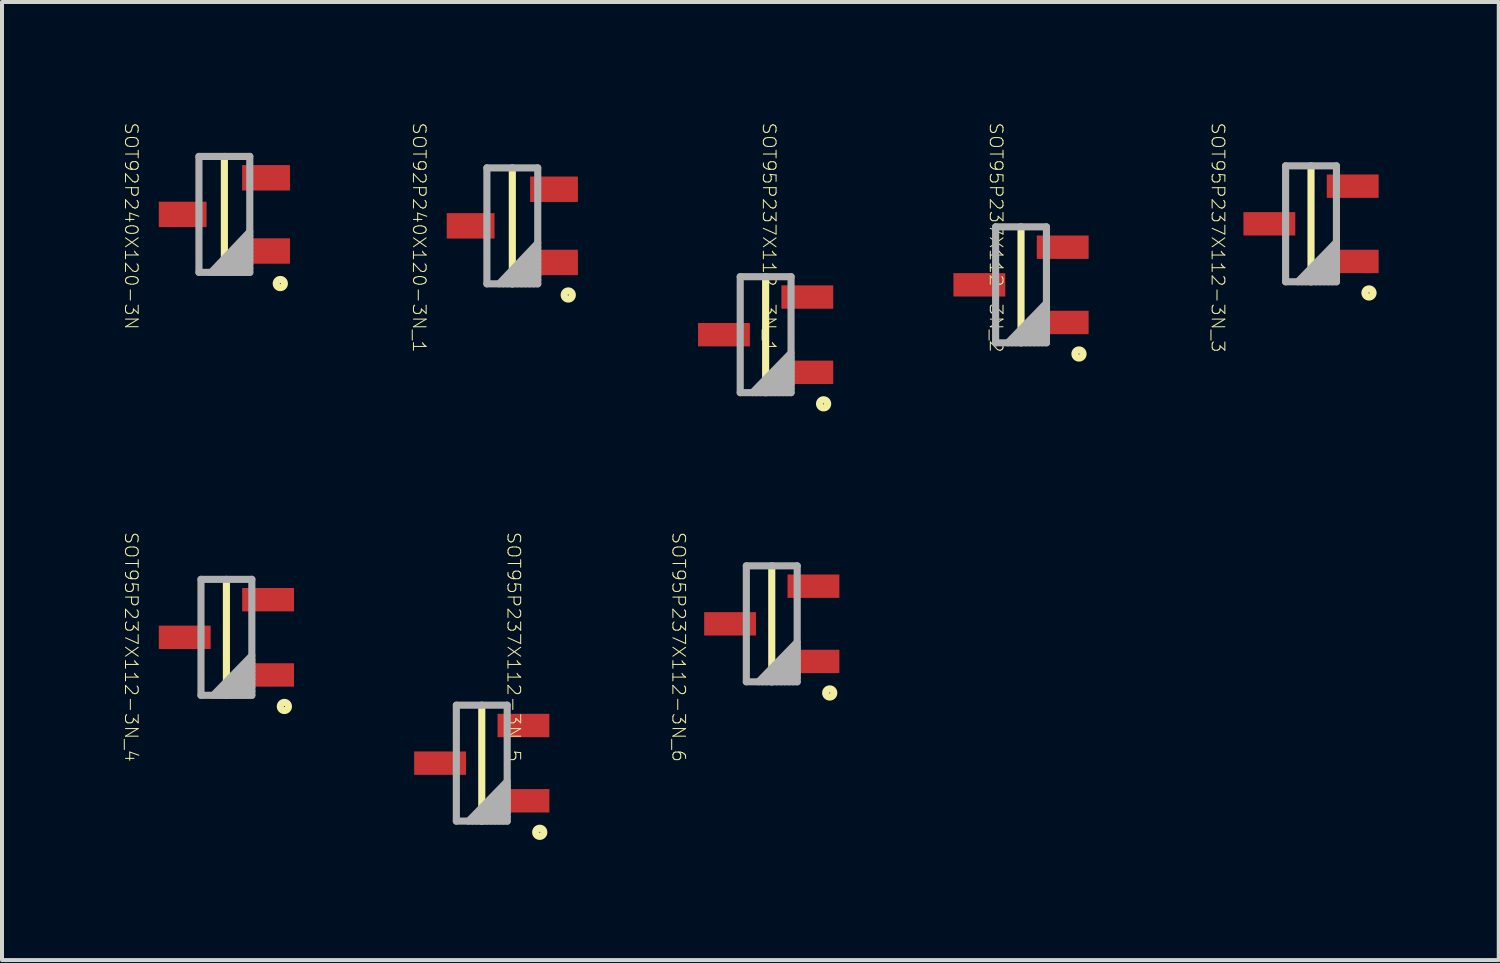
<source format=kicad_pcb>
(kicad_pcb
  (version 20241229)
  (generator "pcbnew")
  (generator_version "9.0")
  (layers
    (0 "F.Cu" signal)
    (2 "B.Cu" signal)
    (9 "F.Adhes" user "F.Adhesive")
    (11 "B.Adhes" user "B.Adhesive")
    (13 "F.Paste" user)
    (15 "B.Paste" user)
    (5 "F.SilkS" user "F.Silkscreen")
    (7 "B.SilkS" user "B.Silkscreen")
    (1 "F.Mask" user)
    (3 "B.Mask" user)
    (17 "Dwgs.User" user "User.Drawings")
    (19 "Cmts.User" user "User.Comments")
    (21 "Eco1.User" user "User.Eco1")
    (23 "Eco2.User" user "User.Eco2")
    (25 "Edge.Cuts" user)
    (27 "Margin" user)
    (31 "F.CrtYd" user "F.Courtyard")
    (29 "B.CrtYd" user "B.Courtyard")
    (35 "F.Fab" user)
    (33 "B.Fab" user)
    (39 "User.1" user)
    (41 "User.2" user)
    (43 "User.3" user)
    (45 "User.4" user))
  (footprint "SOT92P240X120-3N"
    (layer "F.Cu")
    (at 2.554 2.305)
    (property "Reference" "SOT92P240X120-3N" (at -2.324 0.292 270) (unlocked yes) (layer "F.SilkS") (effects (font (size 0.317 0.333) (thickness 0.025))))
    (attr smd)
    (fp_line (start 0 -1.448) (end 0 1.448) (stroke (width 0.178) (type solid)) (layer "F.SilkS"))
    (fp_arc (start 1.2954 1.7272) (mid 1.4986 1.7272) (end 1.2954 1.7272) (stroke (width 0.1778) (type solid)) (layer "F.SilkS"))
    (fp_line (start -0.635 -1.448) (end -0.635 1.448) (stroke (width 0.178) (type solid)) (layer "F.Fab"))
    (fp_line (start 0.635 -1.448) (end -0.635 -1.448) (stroke (width 0.178) (type solid)) (layer "F.Fab"))
    (fp_line (start 0.635 -1.448) (end 0.635 1.448) (stroke (width 0.178) (type solid)) (layer "F.Fab"))
    (fp_line (start 0.635 0.432) (end -0.33 1.448) (stroke (width 0.178) (type solid)) (layer "F.Fab"))
    (fp_line (start 0.635 0.533) (end -0.229 1.448) (stroke (width 0.178) (type solid)) (layer "F.Fab"))
    (fp_line (start 0.635 0.635) (end -0.127 1.448) (stroke (width 0.178) (type solid)) (layer "F.Fab"))
    (fp_line (start 0.635 0.737) (end -0.025 1.448) (stroke (width 0.178) (type solid)) (layer "F.Fab"))
    (fp_line (start 0.635 0.838) (end 0.025 1.448) (stroke (width 0.178) (type solid)) (layer "F.Fab"))
    (fp_line (start 0.635 0.94) (end 0.127 1.448) (stroke (width 0.178) (type solid)) (layer "F.Fab"))
    (fp_line (start 0.635 1.041) (end 0.229 1.448) (stroke (width 0.178) (type solid)) (layer "F.Fab"))
    (fp_line (start 0.635 1.143) (end 0.33 1.448) (stroke (width 0.178) (type solid)) (layer "F.Fab"))
    (fp_line (start 0.635 1.245) (end 0.432 1.448) (stroke (width 0.178) (type solid)) (layer "F.Fab"))
    (fp_line (start 0.635 1.346) (end 0.533 1.448) (stroke (width 0.178) (type solid)) (layer "F.Fab"))
    (fp_line (start 0.635 1.448) (end -0.635 1.448) (stroke (width 0.178) (type solid)) (layer "F.Fab"))
    (pad "1" smd rect (at 1.041 0.914) (size 1.194 0.635) (layers "F.Cu" "F.Mask" "F.Paste"))
    (pad "2" smd rect (at 1.041 -0.914) (size 1.194 0.635) (layers "F.Cu" "F.Mask" "F.Paste"))
    (pad "3" smd rect (at -1.041 0) (size 1.194 0.635) (layers "F.Cu" "F.Mask" "F.Paste")))
  (footprint "SOT92P240X120-3N_1"
    (layer "F.Cu")
    (at 9.746 2.591)
    (property "Reference" "SOT92P240X120-3N_1" (at -2.324 0.292 270) (unlocked yes) (layer "F.SilkS") (effects (font (size 0.317 0.333) (thickness 0.025))))
    (attr smd)
    (fp_line (start 0 -1.448) (end 0 1.448) (stroke (width 0.178) (type solid)) (layer "F.SilkS"))
    (fp_arc (start 1.2954 1.7272) (mid 1.4986 1.7272) (end 1.2954 1.7272) (stroke (width 0.1778) (type solid)) (layer "F.SilkS"))
    (fp_line (start -0.635 -1.448) (end -0.635 1.448) (stroke (width 0.178) (type solid)) (layer "F.Fab"))
    (fp_line (start 0.635 -1.448) (end -0.635 -1.448) (stroke (width 0.178) (type solid)) (layer "F.Fab"))
    (fp_line (start 0.635 -1.448) (end 0.635 1.448) (stroke (width 0.178) (type solid)) (layer "F.Fab"))
    (fp_line (start 0.635 0.432) (end -0.33 1.448) (stroke (width 0.178) (type solid)) (layer "F.Fab"))
    (fp_line (start 0.635 0.533) (end -0.229 1.448) (stroke (width 0.178) (type solid)) (layer "F.Fab"))
    (fp_line (start 0.635 0.635) (end -0.127 1.448) (stroke (width 0.178) (type solid)) (layer "F.Fab"))
    (fp_line (start 0.635 0.737) (end -0.025 1.448) (stroke (width 0.178) (type solid)) (layer "F.Fab"))
    (fp_line (start 0.635 0.838) (end 0.025 1.448) (stroke (width 0.178) (type solid)) (layer "F.Fab"))
    (fp_line (start 0.635 0.94) (end 0.127 1.448) (stroke (width 0.178) (type solid)) (layer "F.Fab"))
    (fp_line (start 0.635 1.041) (end 0.229 1.448) (stroke (width 0.178) (type solid)) (layer "F.Fab"))
    (fp_line (start 0.635 1.143) (end 0.33 1.448) (stroke (width 0.178) (type solid)) (layer "F.Fab"))
    (fp_line (start 0.635 1.245) (end 0.432 1.448) (stroke (width 0.178) (type solid)) (layer "F.Fab"))
    (fp_line (start 0.635 1.346) (end 0.533 1.448) (stroke (width 0.178) (type solid)) (layer "F.Fab"))
    (fp_line (start 0.635 1.448) (end -0.635 1.448) (stroke (width 0.178) (type solid)) (layer "F.Fab"))
    (pad "1" smd rect (at 1.041 0.914) (size 1.194 0.635) (layers "F.Cu" "F.Mask" "F.Paste"))
    (pad "2" smd rect (at 1.041 -0.914) (size 1.194 0.635) (layers "F.Cu" "F.Mask" "F.Paste"))
    (pad "3" smd rect (at -1.041 0) (size 1.194 0.635) (layers "F.Cu" "F.Mask" "F.Paste")))
  (footprint "SOT95P237X112-3N_6"
    (layer "F.Cu")
    (at 16.226 12.531)
    (property "Reference" "SOT95P237X112-3N_6" (at -2.324 0.578 270) (unlocked yes) (layer "F.SilkS") (effects (font (size 0.317 0.333) (thickness 0.025))))
    (attr smd)
    (fp_line (start 0 -1.448) (end 0 1.448) (stroke (width 0.178) (type solid)) (layer "F.SilkS"))
    (fp_arc (start 1.3462 1.7272) (mid 1.5494 1.7272) (end 1.3462 1.7272) (stroke (width 0.1778) (type solid)) (layer "F.SilkS"))
    (fp_line (start -0.635 -1.448) (end -0.635 1.448) (stroke (width 0.178) (type solid)) (layer "F.Fab"))
    (fp_line (start 0.635 -1.448) (end -0.635 -1.448) (stroke (width 0.178) (type solid)) (layer "F.Fab"))
    (fp_line (start 0.635 -1.448) (end 0.635 1.448) (stroke (width 0.178) (type solid)) (layer "F.Fab"))
    (fp_line (start 0.635 0.457) (end -0.33 1.448) (stroke (width 0.178) (type solid)) (layer "F.Fab"))
    (fp_line (start 0.635 0.559) (end -0.229 1.448) (stroke (width 0.178) (type solid)) (layer "F.Fab"))
    (fp_line (start 0.635 0.635) (end -0.127 1.448) (stroke (width 0.178) (type solid)) (layer "F.Fab"))
    (fp_line (start 0.635 0.737) (end -0.025 1.448) (stroke (width 0.178) (type solid)) (layer "F.Fab"))
    (fp_line (start 0.635 0.838) (end 0.025 1.448) (stroke (width 0.178) (type solid)) (layer "F.Fab"))
    (fp_line (start 0.635 0.94) (end 0.127 1.448) (stroke (width 0.178) (type solid)) (layer "F.Fab"))
    (fp_line (start 0.635 1.041) (end 0.229 1.448) (stroke (width 0.178) (type solid)) (layer "F.Fab"))
    (fp_line (start 0.635 1.143) (end 0.33 1.448) (stroke (width 0.178) (type solid)) (layer "F.Fab"))
    (fp_line (start 0.635 1.245) (end 0.432 1.448) (stroke (width 0.178) (type solid)) (layer "F.Fab"))
    (fp_line (start 0.635 1.346) (end 0.533 1.448) (stroke (width 0.178) (type solid)) (layer "F.Fab"))
    (fp_line (start 0.635 1.448) (end -0.635 1.448) (stroke (width 0.178) (type solid)) (layer "F.Fab"))
    (pad "1" smd rect (at 1.041 0.94) (size 1.295 0.584) (layers "F.Cu" "F.Mask" "F.Paste"))
    (pad "2" smd rect (at 1.041 -0.94) (size 1.295 0.584) (layers "F.Cu" "F.Mask" "F.Paste"))
    (pad "3" smd rect (at -1.041 0) (size 1.295 0.584) (layers "F.Cu" "F.Mask" "F.Paste")))
  (footprint "SOT95P237X112-3N_3"
    (layer "F.Cu")
    (at 29.695 2.54)
    (property "Reference" "SOT95P237X112-3N_3" (at -2.324 0.343 270) (unlocked yes) (layer "F.SilkS") (effects (font (size 0.317 0.333) (thickness 0.025))))
    (attr smd)
    (fp_line (start 0 -1.448) (end 0 1.448) (stroke (width 0.178) (type solid)) (layer "F.SilkS"))
    (fp_arc (start 1.3462 1.7272) (mid 1.5494 1.7272) (end 1.3462 1.7272) (stroke (width 0.1778) (type solid)) (layer "F.SilkS"))
    (fp_line (start -0.635 -1.448) (end -0.635 1.448) (stroke (width 0.178) (type solid)) (layer "F.Fab"))
    (fp_line (start 0.635 -1.448) (end -0.635 -1.448) (stroke (width 0.178) (type solid)) (layer "F.Fab"))
    (fp_line (start 0.635 -1.448) (end 0.635 1.448) (stroke (width 0.178) (type solid)) (layer "F.Fab"))
    (fp_line (start 0.635 0.457) (end -0.33 1.448) (stroke (width 0.178) (type solid)) (layer "F.Fab"))
    (fp_line (start 0.635 0.559) (end -0.229 1.448) (stroke (width 0.178) (type solid)) (layer "F.Fab"))
    (fp_line (start 0.635 0.635) (end -0.127 1.448) (stroke (width 0.178) (type solid)) (layer "F.Fab"))
    (fp_line (start 0.635 0.737) (end -0.025 1.448) (stroke (width 0.178) (type solid)) (layer "F.Fab"))
    (fp_line (start 0.635 0.838) (end 0.025 1.448) (stroke (width 0.178) (type solid)) (layer "F.Fab"))
    (fp_line (start 0.635 0.94) (end 0.127 1.448) (stroke (width 0.178) (type solid)) (layer "F.Fab"))
    (fp_line (start 0.635 1.041) (end 0.229 1.448) (stroke (width 0.178) (type solid)) (layer "F.Fab"))
    (fp_line (start 0.635 1.143) (end 0.33 1.448) (stroke (width 0.178) (type solid)) (layer "F.Fab"))
    (fp_line (start 0.635 1.245) (end 0.432 1.448) (stroke (width 0.178) (type solid)) (layer "F.Fab"))
    (fp_line (start 0.635 1.346) (end 0.533 1.448) (stroke (width 0.178) (type solid)) (layer "F.Fab"))
    (fp_line (start 0.635 1.448) (end -0.635 1.448) (stroke (width 0.178) (type solid)) (layer "F.Fab"))
    (pad "1" smd rect (at 1.041 0.94) (size 1.295 0.584) (layers "F.Cu" "F.Mask" "F.Paste"))
    (pad "2" smd rect (at 1.041 -0.94) (size 1.295 0.584) (layers "F.Cu" "F.Mask" "F.Paste"))
    (pad "3" smd rect (at -1.041 0) (size 1.295 0.584) (layers "F.Cu" "F.Mask" "F.Paste")))
  (footprint "SOT95P237X112-3N_2"
    (layer "F.Cu")
    (at 22.452 4.064)
    (property "Reference" "SOT95P237X112-3N_2" (at -0.622 -1.181 270) (unlocked yes) (layer "F.SilkS") (effects (font (size 0.317 0.333) (thickness 0.025))))
    (attr smd)
    (fp_line (start 0 -1.448) (end 0 1.448) (stroke (width 0.178) (type solid)) (layer "F.SilkS"))
    (fp_arc (start 1.3462 1.7272) (mid 1.5494 1.7272) (end 1.3462 1.7272) (stroke (width 0.1778) (type solid)) (layer "F.SilkS"))
    (fp_line (start -0.635 -1.448) (end -0.635 1.448) (stroke (width 0.178) (type solid)) (layer "F.Fab"))
    (fp_line (start 0.635 -1.448) (end -0.635 -1.448) (stroke (width 0.178) (type solid)) (layer "F.Fab"))
    (fp_line (start 0.635 -1.448) (end 0.635 1.448) (stroke (width 0.178) (type solid)) (layer "F.Fab"))
    (fp_line (start 0.635 0.457) (end -0.33 1.448) (stroke (width 0.178) (type solid)) (layer "F.Fab"))
    (fp_line (start 0.635 0.559) (end -0.229 1.448) (stroke (width 0.178) (type solid)) (layer "F.Fab"))
    (fp_line (start 0.635 0.635) (end -0.127 1.448) (stroke (width 0.178) (type solid)) (layer "F.Fab"))
    (fp_line (start 0.635 0.737) (end -0.025 1.448) (stroke (width 0.178) (type solid)) (layer "F.Fab"))
    (fp_line (start 0.635 0.838) (end 0.025 1.448) (stroke (width 0.178) (type solid)) (layer "F.Fab"))
    (fp_line (start 0.635 0.94) (end 0.127 1.448) (stroke (width 0.178) (type solid)) (layer "F.Fab"))
    (fp_line (start 0.635 1.041) (end 0.229 1.448) (stroke (width 0.178) (type solid)) (layer "F.Fab"))
    (fp_line (start 0.635 1.143) (end 0.33 1.448) (stroke (width 0.178) (type solid)) (layer "F.Fab"))
    (fp_line (start 0.635 1.245) (end 0.432 1.448) (stroke (width 0.178) (type solid)) (layer "F.Fab"))
    (fp_line (start 0.635 1.346) (end 0.533 1.448) (stroke (width 0.178) (type solid)) (layer "F.Fab"))
    (fp_line (start 0.635 1.448) (end -0.635 1.448) (stroke (width 0.178) (type solid)) (layer "F.Fab"))
    (pad "1" smd rect (at 1.041 0.94) (size 1.295 0.584) (layers "F.Cu" "F.Mask" "F.Paste"))
    (pad "2" smd rect (at 1.041 -0.94) (size 1.295 0.584) (layers "F.Cu" "F.Mask" "F.Paste"))
    (pad "3" smd rect (at -1.041 0) (size 1.295 0.584) (layers "F.Cu" "F.Mask" "F.Paste")))
  (footprint "SOT95P237X112-3N_5"
    (layer "F.Cu")
    (at 8.983 16.011)
    (property "Reference" "SOT95P237X112-3N_5" (at 0.8 -2.902 270) (unlocked yes) (layer "F.SilkS") (effects (font (size 0.317 0.333) (thickness 0.025))))
    (attr smd)
    (fp_line (start 0 -1.448) (end 0 1.448) (stroke (width 0.178) (type solid)) (layer "F.SilkS"))
    (fp_arc (start 1.3462 1.7272) (mid 1.5494 1.7272) (end 1.3462 1.7272) (stroke (width 0.1778) (type solid)) (layer "F.SilkS"))
    (fp_line (start -0.635 -1.448) (end -0.635 1.448) (stroke (width 0.178) (type solid)) (layer "F.Fab"))
    (fp_line (start 0.635 -1.448) (end -0.635 -1.448) (stroke (width 0.178) (type solid)) (layer "F.Fab"))
    (fp_line (start 0.635 -1.448) (end 0.635 1.448) (stroke (width 0.178) (type solid)) (layer "F.Fab"))
    (fp_line (start 0.635 0.457) (end -0.33 1.448) (stroke (width 0.178) (type solid)) (layer "F.Fab"))
    (fp_line (start 0.635 0.559) (end -0.229 1.448) (stroke (width 0.178) (type solid)) (layer "F.Fab"))
    (fp_line (start 0.635 0.635) (end -0.127 1.448) (stroke (width 0.178) (type solid)) (layer "F.Fab"))
    (fp_line (start 0.635 0.737) (end -0.025 1.448) (stroke (width 0.178) (type solid)) (layer "F.Fab"))
    (fp_line (start 0.635 0.838) (end 0.025 1.448) (stroke (width 0.178) (type solid)) (layer "F.Fab"))
    (fp_line (start 0.635 0.94) (end 0.127 1.448) (stroke (width 0.178) (type solid)) (layer "F.Fab"))
    (fp_line (start 0.635 1.041) (end 0.229 1.448) (stroke (width 0.178) (type solid)) (layer "F.Fab"))
    (fp_line (start 0.635 1.143) (end 0.33 1.448) (stroke (width 0.178) (type solid)) (layer "F.Fab"))
    (fp_line (start 0.635 1.245) (end 0.432 1.448) (stroke (width 0.178) (type solid)) (layer "F.Fab"))
    (fp_line (start 0.635 1.346) (end 0.533 1.448) (stroke (width 0.178) (type solid)) (layer "F.Fab"))
    (fp_line (start 0.635 1.448) (end -0.635 1.448) (stroke (width 0.178) (type solid)) (layer "F.Fab"))
    (pad "1" smd rect (at 1.041 0.94) (size 1.295 0.584) (layers "F.Cu" "F.Mask" "F.Paste"))
    (pad "2" smd rect (at 1.041 -0.94) (size 1.295 0.584) (layers "F.Cu" "F.Mask" "F.Paste"))
    (pad "3" smd rect (at -1.041 0) (size 1.295 0.584) (layers "F.Cu" "F.Mask" "F.Paste")))
  (footprint "SOT95P237X112-3N_4"
    (layer "F.Cu")
    (at 2.605 12.868)
    (property "Reference" "SOT95P237X112-3N_4" (at -2.375 0.241 270) (unlocked yes) (layer "F.SilkS") (effects (font (size 0.317 0.333) (thickness 0.025))))
    (attr smd)
    (fp_line (start 0 -1.448) (end 0 1.448) (stroke (width 0.178) (type solid)) (layer "F.SilkS"))
    (fp_arc (start 1.3462 1.7272) (mid 1.5494 1.7272) (end 1.3462 1.7272) (stroke (width 0.1778) (type solid)) (layer "F.SilkS"))
    (fp_line (start -0.635 -1.448) (end -0.635 1.448) (stroke (width 0.178) (type solid)) (layer "F.Fab"))
    (fp_line (start 0.635 -1.448) (end -0.635 -1.448) (stroke (width 0.178) (type solid)) (layer "F.Fab"))
    (fp_line (start 0.635 -1.448) (end 0.635 1.448) (stroke (width 0.178) (type solid)) (layer "F.Fab"))
    (fp_line (start 0.635 0.457) (end -0.33 1.448) (stroke (width 0.178) (type solid)) (layer "F.Fab"))
    (fp_line (start 0.635 0.559) (end -0.229 1.448) (stroke (width 0.178) (type solid)) (layer "F.Fab"))
    (fp_line (start 0.635 0.635) (end -0.127 1.448) (stroke (width 0.178) (type solid)) (layer "F.Fab"))
    (fp_line (start 0.635 0.737) (end -0.025 1.448) (stroke (width 0.178) (type solid)) (layer "F.Fab"))
    (fp_line (start 0.635 0.838) (end 0.025 1.448) (stroke (width 0.178) (type solid)) (layer "F.Fab"))
    (fp_line (start 0.635 0.94) (end 0.127 1.448) (stroke (width 0.178) (type solid)) (layer "F.Fab"))
    (fp_line (start 0.635 1.041) (end 0.229 1.448) (stroke (width 0.178) (type solid)) (layer "F.Fab"))
    (fp_line (start 0.635 1.143) (end 0.33 1.448) (stroke (width 0.178) (type solid)) (layer "F.Fab"))
    (fp_line (start 0.635 1.245) (end 0.432 1.448) (stroke (width 0.178) (type solid)) (layer "F.Fab"))
    (fp_line (start 0.635 1.346) (end 0.533 1.448) (stroke (width 0.178) (type solid)) (layer "F.Fab"))
    (fp_line (start 0.635 1.448) (end -0.635 1.448) (stroke (width 0.178) (type solid)) (layer "F.Fab"))
    (pad "1" smd rect (at 1.041 0.94) (size 1.295 0.584) (layers "F.Cu" "F.Mask" "F.Paste"))
    (pad "2" smd rect (at 1.041 -0.94) (size 1.295 0.584) (layers "F.Cu" "F.Mask" "F.Paste"))
    (pad "3" smd rect (at -1.041 0) (size 1.295 0.584) (layers "F.Cu" "F.Mask" "F.Paste")))
  (footprint "SOT95P237X112-3N_1"
    (layer "F.Cu")
    (at 16.073 5.309)
    (property "Reference" "SOT95P237X112-3N_1" (at 0.089 -2.426 270) (unlocked yes) (layer "F.SilkS") (effects (font (size 0.317 0.333) (thickness 0.025))))
    (attr smd)
    (fp_line (start 0 -1.448) (end 0 1.448) (stroke (width 0.178) (type solid)) (layer "F.SilkS"))
    (fp_arc (start 1.3462 1.7272) (mid 1.5494 1.7272) (end 1.3462 1.7272) (stroke (width 0.1778) (type solid)) (layer "F.SilkS"))
    (fp_line (start -0.635 -1.448) (end -0.635 1.448) (stroke (width 0.178) (type solid)) (layer "F.Fab"))
    (fp_line (start 0.635 -1.448) (end -0.635 -1.448) (stroke (width 0.178) (type solid)) (layer "F.Fab"))
    (fp_line (start 0.635 -1.448) (end 0.635 1.448) (stroke (width 0.178) (type solid)) (layer "F.Fab"))
    (fp_line (start 0.635 0.457) (end -0.33 1.448) (stroke (width 0.178) (type solid)) (layer "F.Fab"))
    (fp_line (start 0.635 0.559) (end -0.229 1.448) (stroke (width 0.178) (type solid)) (layer "F.Fab"))
    (fp_line (start 0.635 0.635) (end -0.127 1.448) (stroke (width 0.178) (type solid)) (layer "F.Fab"))
    (fp_line (start 0.635 0.737) (end -0.025 1.448) (stroke (width 0.178) (type solid)) (layer "F.Fab"))
    (fp_line (start 0.635 0.838) (end 0.025 1.448) (stroke (width 0.178) (type solid)) (layer "F.Fab"))
    (fp_line (start 0.635 0.94) (end 0.127 1.448) (stroke (width 0.178) (type solid)) (layer "F.Fab"))
    (fp_line (start 0.635 1.041) (end 0.229 1.448) (stroke (width 0.178) (type solid)) (layer "F.Fab"))
    (fp_line (start 0.635 1.143) (end 0.33 1.448) (stroke (width 0.178) (type solid)) (layer "F.Fab"))
    (fp_line (start 0.635 1.245) (end 0.432 1.448) (stroke (width 0.178) (type solid)) (layer "F.Fab"))
    (fp_line (start 0.635 1.346) (end 0.533 1.448) (stroke (width 0.178) (type solid)) (layer "F.Fab"))
    (fp_line (start 0.635 1.448) (end -0.635 1.448) (stroke (width 0.178) (type solid)) (layer "F.Fab"))
    (pad "1" smd rect (at 1.041 0.94) (size 1.295 0.584) (layers "F.Cu" "F.Mask" "F.Paste"))
    (pad "2" smd rect (at 1.041 -0.94) (size 1.295 0.584) (layers "F.Cu" "F.Mask" "F.Paste"))
    (pad "3" smd rect (at -1.041 0) (size 1.295 0.584) (layers "F.Cu" "F.Mask" "F.Paste")))
  (gr_rect
    (start -3 -3)
    (end 34.384 20.929)
    (stroke (width 0.1) (type default))
    (fill no)
    (layer "Edge.Cuts")))
</source>
